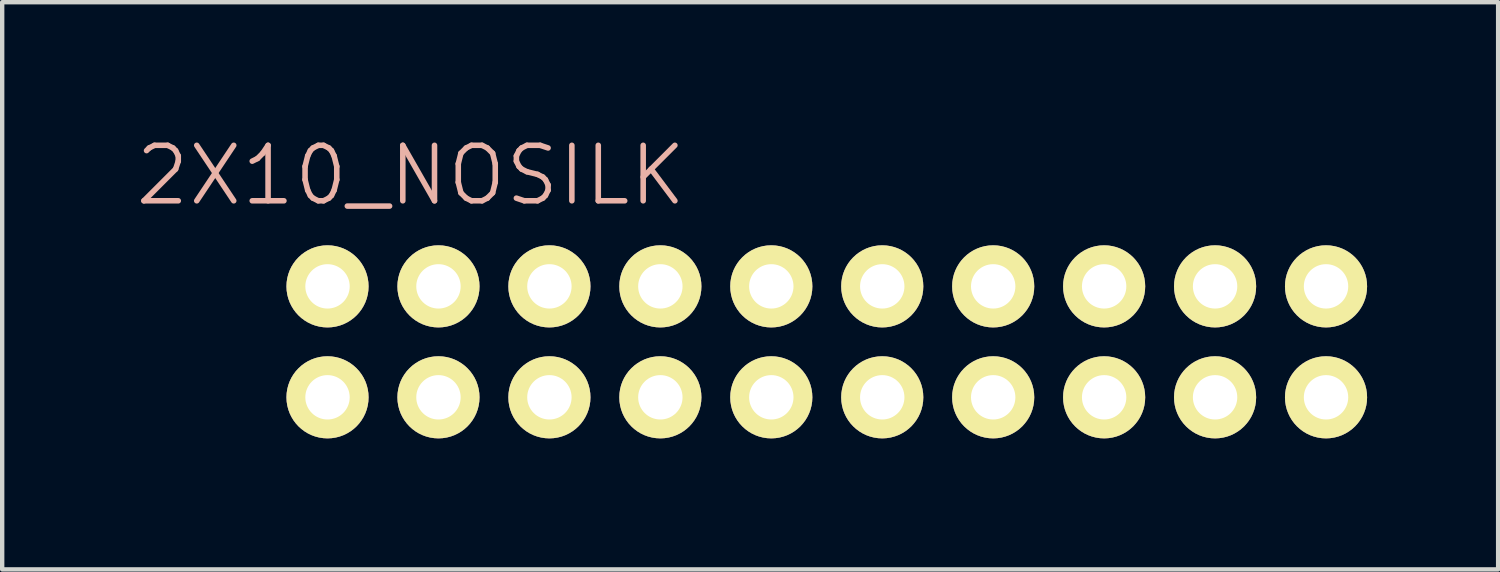
<source format=kicad_pcb>
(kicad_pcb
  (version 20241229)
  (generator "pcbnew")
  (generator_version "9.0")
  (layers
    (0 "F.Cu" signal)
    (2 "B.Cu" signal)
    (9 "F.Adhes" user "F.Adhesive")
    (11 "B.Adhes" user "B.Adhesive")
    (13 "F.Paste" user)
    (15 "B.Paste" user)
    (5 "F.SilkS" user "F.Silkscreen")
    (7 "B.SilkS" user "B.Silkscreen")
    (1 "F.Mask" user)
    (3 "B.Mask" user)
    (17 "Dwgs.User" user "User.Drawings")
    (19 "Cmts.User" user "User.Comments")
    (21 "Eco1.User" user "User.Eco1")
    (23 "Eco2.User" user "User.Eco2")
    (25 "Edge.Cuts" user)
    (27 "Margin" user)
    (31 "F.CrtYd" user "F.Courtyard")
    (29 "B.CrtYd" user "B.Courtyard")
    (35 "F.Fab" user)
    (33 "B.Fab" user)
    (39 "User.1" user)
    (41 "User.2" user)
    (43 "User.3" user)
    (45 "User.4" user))
  (footprint "2X10_NOSILK"
    (layer "F.Cu")
    (at 15.878 4.776)
    (property "Reference" "2X10_NOSILK" (at -9.525 -3.81 0) (layer "B.SilkS") (effects (font (size 1.27 1.27) (thickness 0.127))))
    (attr exclude_from_pos_files exclude_from_bom)
    (fp_line (start -11.684 -1.524) (end -11.176 -1.524) (stroke (width 0.066) (type solid)) (layer "F.SilkS"))
    (fp_line (start -11.684 -1.016) (end -11.684 -1.524) (stroke (width 0.066) (type solid)) (layer "F.SilkS"))
    (fp_line (start -11.684 -1.016) (end -11.176 -1.016) (stroke (width 0.066) (type solid)) (layer "F.SilkS"))
    (fp_line (start -11.684 1.016) (end -11.176 1.016) (stroke (width 0.066) (type solid)) (layer "F.SilkS"))
    (fp_line (start -11.684 1.524) (end -11.684 1.016) (stroke (width 0.066) (type solid)) (layer "F.SilkS"))
    (fp_line (start -11.684 1.524) (end -11.176 1.524) (stroke (width 0.066) (type solid)) (layer "F.SilkS"))
    (fp_line (start -11.176 -1.016) (end -11.176 -1.524) (stroke (width 0.066) (type solid)) (layer "F.SilkS"))
    (fp_line (start -11.176 1.524) (end -11.176 1.016) (stroke (width 0.066) (type solid)) (layer "F.SilkS"))
    (fp_line (start -9.144 -1.524) (end -8.636 -1.524) (stroke (width 0.066) (type solid)) (layer "F.SilkS"))
    (fp_line (start -9.144 -1.016) (end -9.144 -1.524) (stroke (width 0.066) (type solid)) (layer "F.SilkS"))
    (fp_line (start -9.144 -1.016) (end -8.636 -1.016) (stroke (width 0.066) (type solid)) (layer "F.SilkS"))
    (fp_line (start -9.144 1.016) (end -8.636 1.016) (stroke (width 0.066) (type solid)) (layer "F.SilkS"))
    (fp_line (start -9.144 1.524) (end -9.144 1.016) (stroke (width 0.066) (type solid)) (layer "F.SilkS"))
    (fp_line (start -9.144 1.524) (end -8.636 1.524) (stroke (width 0.066) (type solid)) (layer "F.SilkS"))
    (fp_line (start -8.636 -1.016) (end -8.636 -1.524) (stroke (width 0.066) (type solid)) (layer "F.SilkS"))
    (fp_line (start -8.636 1.524) (end -8.636 1.016) (stroke (width 0.066) (type solid)) (layer "F.SilkS"))
    (fp_line (start -6.604 -1.524) (end -6.096 -1.524) (stroke (width 0.066) (type solid)) (layer "F.SilkS"))
    (fp_line (start -6.604 -1.016) (end -6.604 -1.524) (stroke (width 0.066) (type solid)) (layer "F.SilkS"))
    (fp_line (start -6.604 -1.016) (end -6.096 -1.016) (stroke (width 0.066) (type solid)) (layer "F.SilkS"))
    (fp_line (start -6.604 1.016) (end -6.096 1.016) (stroke (width 0.066) (type solid)) (layer "F.SilkS"))
    (fp_line (start -6.604 1.524) (end -6.604 1.016) (stroke (width 0.066) (type solid)) (layer "F.SilkS"))
    (fp_line (start -6.604 1.524) (end -6.096 1.524) (stroke (width 0.066) (type solid)) (layer "F.SilkS"))
    (fp_line (start -6.096 -1.016) (end -6.096 -1.524) (stroke (width 0.066) (type solid)) (layer "F.SilkS"))
    (fp_line (start -6.096 1.524) (end -6.096 1.016) (stroke (width 0.066) (type solid)) (layer "F.SilkS"))
    (fp_line (start -4.064 -1.524) (end -3.556 -1.524) (stroke (width 0.066) (type solid)) (layer "F.SilkS"))
    (fp_line (start -4.064 -1.016) (end -4.064 -1.524) (stroke (width 0.066) (type solid)) (layer "F.SilkS"))
    (fp_line (start -4.064 -1.016) (end -3.556 -1.016) (stroke (width 0.066) (type solid)) (layer "F.SilkS"))
    (fp_line (start -4.064 1.016) (end -3.556 1.016) (stroke (width 0.066) (type solid)) (layer "F.SilkS"))
    (fp_line (start -4.064 1.524) (end -4.064 1.016) (stroke (width 0.066) (type solid)) (layer "F.SilkS"))
    (fp_line (start -4.064 1.524) (end -3.556 1.524) (stroke (width 0.066) (type solid)) (layer "F.SilkS"))
    (fp_line (start -3.556 -1.016) (end -3.556 -1.524) (stroke (width 0.066) (type solid)) (layer "F.SilkS"))
    (fp_line (start -3.556 1.524) (end -3.556 1.016) (stroke (width 0.066) (type solid)) (layer "F.SilkS"))
    (fp_line (start -1.524 -1.524) (end -1.016 -1.524) (stroke (width 0.066) (type solid)) (layer "F.SilkS"))
    (fp_line (start -1.524 -1.016) (end -1.524 -1.524) (stroke (width 0.066) (type solid)) (layer "F.SilkS"))
    (fp_line (start -1.524 -1.016) (end -1.016 -1.016) (stroke (width 0.066) (type solid)) (layer "F.SilkS"))
    (fp_line (start -1.524 1.016) (end -1.016 1.016) (stroke (width 0.066) (type solid)) (layer "F.SilkS"))
    (fp_line (start -1.524 1.524) (end -1.524 1.016) (stroke (width 0.066) (type solid)) (layer "F.SilkS"))
    (fp_line (start -1.524 1.524) (end -1.016 1.524) (stroke (width 0.066) (type solid)) (layer "F.SilkS"))
    (fp_line (start -1.016 -1.016) (end -1.016 -1.524) (stroke (width 0.066) (type solid)) (layer "F.SilkS"))
    (fp_line (start -1.016 1.524) (end -1.016 1.016) (stroke (width 0.066) (type solid)) (layer "F.SilkS"))
    (fp_line (start 1.016 -1.524) (end 1.524 -1.524) (stroke (width 0.066) (type solid)) (layer "F.SilkS"))
    (fp_line (start 1.016 -1.016) (end 1.016 -1.524) (stroke (width 0.066) (type solid)) (layer "F.SilkS"))
    (fp_line (start 1.016 -1.016) (end 1.524 -1.016) (stroke (width 0.066) (type solid)) (layer "F.SilkS"))
    (fp_line (start 1.016 1.016) (end 1.524 1.016) (stroke (width 0.066) (type solid)) (layer "F.SilkS"))
    (fp_line (start 1.016 1.524) (end 1.016 1.016) (stroke (width 0.066) (type solid)) (layer "F.SilkS"))
    (fp_line (start 1.016 1.524) (end 1.524 1.524) (stroke (width 0.066) (type solid)) (layer "F.SilkS"))
    (fp_line (start 1.524 -1.016) (end 1.524 -1.524) (stroke (width 0.066) (type solid)) (layer "F.SilkS"))
    (fp_line (start 1.524 1.524) (end 1.524 1.016) (stroke (width 0.066) (type solid)) (layer "F.SilkS"))
    (fp_line (start 3.556 -1.524) (end 4.064 -1.524) (stroke (width 0.066) (type solid)) (layer "F.SilkS"))
    (fp_line (start 3.556 -1.016) (end 3.556 -1.524) (stroke (width 0.066) (type solid)) (layer "F.SilkS"))
    (fp_line (start 3.556 -1.016) (end 4.064 -1.016) (stroke (width 0.066) (type solid)) (layer "F.SilkS"))
    (fp_line (start 3.556 1.016) (end 4.064 1.016) (stroke (width 0.066) (type solid)) (layer "F.SilkS"))
    (fp_line (start 3.556 1.524) (end 3.556 1.016) (stroke (width 0.066) (type solid)) (layer "F.SilkS"))
    (fp_line (start 3.556 1.524) (end 4.064 1.524) (stroke (width 0.066) (type solid)) (layer "F.SilkS"))
    (fp_line (start 4.064 -1.016) (end 4.064 -1.524) (stroke (width 0.066) (type solid)) (layer "F.SilkS"))
    (fp_line (start 4.064 1.524) (end 4.064 1.016) (stroke (width 0.066) (type solid)) (layer "F.SilkS"))
    (fp_line (start 6.096 -1.524) (end 6.604 -1.524) (stroke (width 0.066) (type solid)) (layer "F.SilkS"))
    (fp_line (start 6.096 -1.016) (end 6.096 -1.524) (stroke (width 0.066) (type solid)) (layer "F.SilkS"))
    (fp_line (start 6.096 -1.016) (end 6.604 -1.016) (stroke (width 0.066) (type solid)) (layer "F.SilkS"))
    (fp_line (start 6.096 1.016) (end 6.604 1.016) (stroke (width 0.066) (type solid)) (layer "F.SilkS"))
    (fp_line (start 6.096 1.524) (end 6.096 1.016) (stroke (width 0.066) (type solid)) (layer "F.SilkS"))
    (fp_line (start 6.096 1.524) (end 6.604 1.524) (stroke (width 0.066) (type solid)) (layer "F.SilkS"))
    (fp_line (start 6.604 -1.016) (end 6.604 -1.524) (stroke (width 0.066) (type solid)) (layer "F.SilkS"))
    (fp_line (start 6.604 1.524) (end 6.604 1.016) (stroke (width 0.066) (type solid)) (layer "F.SilkS"))
    (fp_line (start 8.636 -1.524) (end 9.144 -1.524) (stroke (width 0.066) (type solid)) (layer "F.SilkS"))
    (fp_line (start 8.636 -1.016) (end 8.636 -1.524) (stroke (width 0.066) (type solid)) (layer "F.SilkS"))
    (fp_line (start 8.636 -1.016) (end 9.144 -1.016) (stroke (width 0.066) (type solid)) (layer "F.SilkS"))
    (fp_line (start 8.636 1.016) (end 9.144 1.016) (stroke (width 0.066) (type solid)) (layer "F.SilkS"))
    (fp_line (start 8.636 1.524) (end 8.636 1.016) (stroke (width 0.066) (type solid)) (layer "F.SilkS"))
    (fp_line (start 8.636 1.524) (end 9.144 1.524) (stroke (width 0.066) (type solid)) (layer "F.SilkS"))
    (fp_line (start 9.144 -1.016) (end 9.144 -1.524) (stroke (width 0.066) (type solid)) (layer "F.SilkS"))
    (fp_line (start 9.144 1.524) (end 9.144 1.016) (stroke (width 0.066) (type solid)) (layer "F.SilkS"))
    (fp_line (start 11.176 -1.524) (end 11.684 -1.524) (stroke (width 0.066) (type solid)) (layer "F.SilkS"))
    (fp_line (start 11.176 -1.016) (end 11.176 -1.524) (stroke (width 0.066) (type solid)) (layer "F.SilkS"))
    (fp_line (start 11.176 -1.016) (end 11.684 -1.016) (stroke (width 0.066) (type solid)) (layer "F.SilkS"))
    (fp_line (start 11.176 1.016) (end 11.684 1.016) (stroke (width 0.066) (type solid)) (layer "F.SilkS"))
    (fp_line (start 11.176 1.524) (end 11.176 1.016) (stroke (width 0.066) (type solid)) (layer "F.SilkS"))
    (fp_line (start 11.176 1.524) (end 11.684 1.524) (stroke (width 0.066) (type solid)) (layer "F.SilkS"))
    (fp_line (start 11.684 -1.016) (end 11.684 -1.524) (stroke (width 0.066) (type solid)) (layer "F.SilkS"))
    (fp_line (start 11.684 1.524) (end 11.684 1.016) (stroke (width 0.066) (type solid)) (layer "F.SilkS"))
    (pad "1" thru_hole circle (at -11.43 1.27) (size 1.88 1.88) (drill 1.016) (layers "*.Cu" "F.Mask" "F.SilkS" "F.Paste"))
    (pad "2" thru_hole circle (at -11.43 -1.27) (size 1.88 1.88) (drill 1.016) (layers "*.Cu" "F.Mask" "F.SilkS" "F.Paste"))
    (pad "3" thru_hole circle (at -8.89 1.27) (size 1.88 1.88) (drill 1.016) (layers "*.Cu" "F.Mask" "F.SilkS" "F.Paste"))
    (pad "4" thru_hole circle (at -8.89 -1.27) (size 1.88 1.88) (drill 1.016) (layers "*.Cu" "F.Mask" "F.SilkS" "F.Paste"))
    (pad "5" thru_hole circle (at -6.35 1.27) (size 1.88 1.88) (drill 1.016) (layers "*.Cu" "F.Mask" "F.SilkS" "F.Paste"))
    (pad "6" thru_hole circle (at -6.35 -1.27) (size 1.88 1.88) (drill 1.016) (layers "*.Cu" "F.Mask" "F.SilkS" "F.Paste"))
    (pad "7" thru_hole circle (at -3.81 1.27) (size 1.88 1.88) (drill 1.016) (layers "*.Cu" "F.Mask" "F.SilkS" "F.Paste"))
    (pad "8" thru_hole circle (at -3.81 -1.27) (size 1.88 1.88) (drill 1.016) (layers "*.Cu" "F.Mask" "F.SilkS" "F.Paste"))
    (pad "9" thru_hole circle (at -1.27 1.27) (size 1.88 1.88) (drill 1.016) (layers "*.Cu" "F.Mask" "F.SilkS" "F.Paste"))
    (pad "10" thru_hole circle (at -1.27 -1.27) (size 1.88 1.88) (drill 1.016) (layers "*.Cu" "F.Mask" "F.SilkS" "F.Paste"))
    (pad "11" thru_hole circle (at 1.27 1.27) (size 1.88 1.88) (drill 1.016) (layers "*.Cu" "F.Mask" "F.SilkS" "F.Paste"))
    (pad "12" thru_hole circle (at 1.27 -1.27) (size 1.88 1.88) (drill 1.016) (layers "*.Cu" "F.Mask" "F.SilkS" "F.Paste"))
    (pad "13" thru_hole circle (at 3.81 1.27) (size 1.88 1.88) (drill 1.016) (layers "*.Cu" "F.Mask" "F.SilkS" "F.Paste"))
    (pad "14" thru_hole circle (at 3.81 -1.27) (size 1.88 1.88) (drill 1.016) (layers "*.Cu" "F.Mask" "F.SilkS" "F.Paste"))
    (pad "15" thru_hole circle (at 6.35 1.27) (size 1.88 1.88) (drill 1.016) (layers "*.Cu" "F.Mask" "F.SilkS" "F.Paste"))
    (pad "16" thru_hole circle (at 6.35 -1.27) (size 1.88 1.88) (drill 1.016) (layers "*.Cu" "F.Mask" "F.SilkS" "F.Paste"))
    (pad "17" thru_hole circle (at 8.89 1.27) (size 1.88 1.88) (drill 1.016) (layers "*.Cu" "F.Mask" "F.SilkS" "F.Paste"))
    (pad "18" thru_hole circle (at 8.89 -1.27) (size 1.88 1.88) (drill 1.016) (layers "*.Cu" "F.Mask" "F.SilkS" "F.Paste"))
    (pad "19" thru_hole circle (at 11.43 1.27) (size 1.88 1.88) (drill 1.016) (layers "*.Cu" "F.Mask" "F.SilkS" "F.Paste"))
    (pad "20" thru_hole circle (at 11.43 -1.27) (size 1.88 1.88) (drill 1.016) (layers "*.Cu" "F.Mask" "F.SilkS" "F.Paste")))
  (gr_rect
    (start -3 -3)
    (end 31.248 9.986)
    (stroke (width 0.1) (type default))
    (fill no)
    (layer "Edge.Cuts")))
</source>
